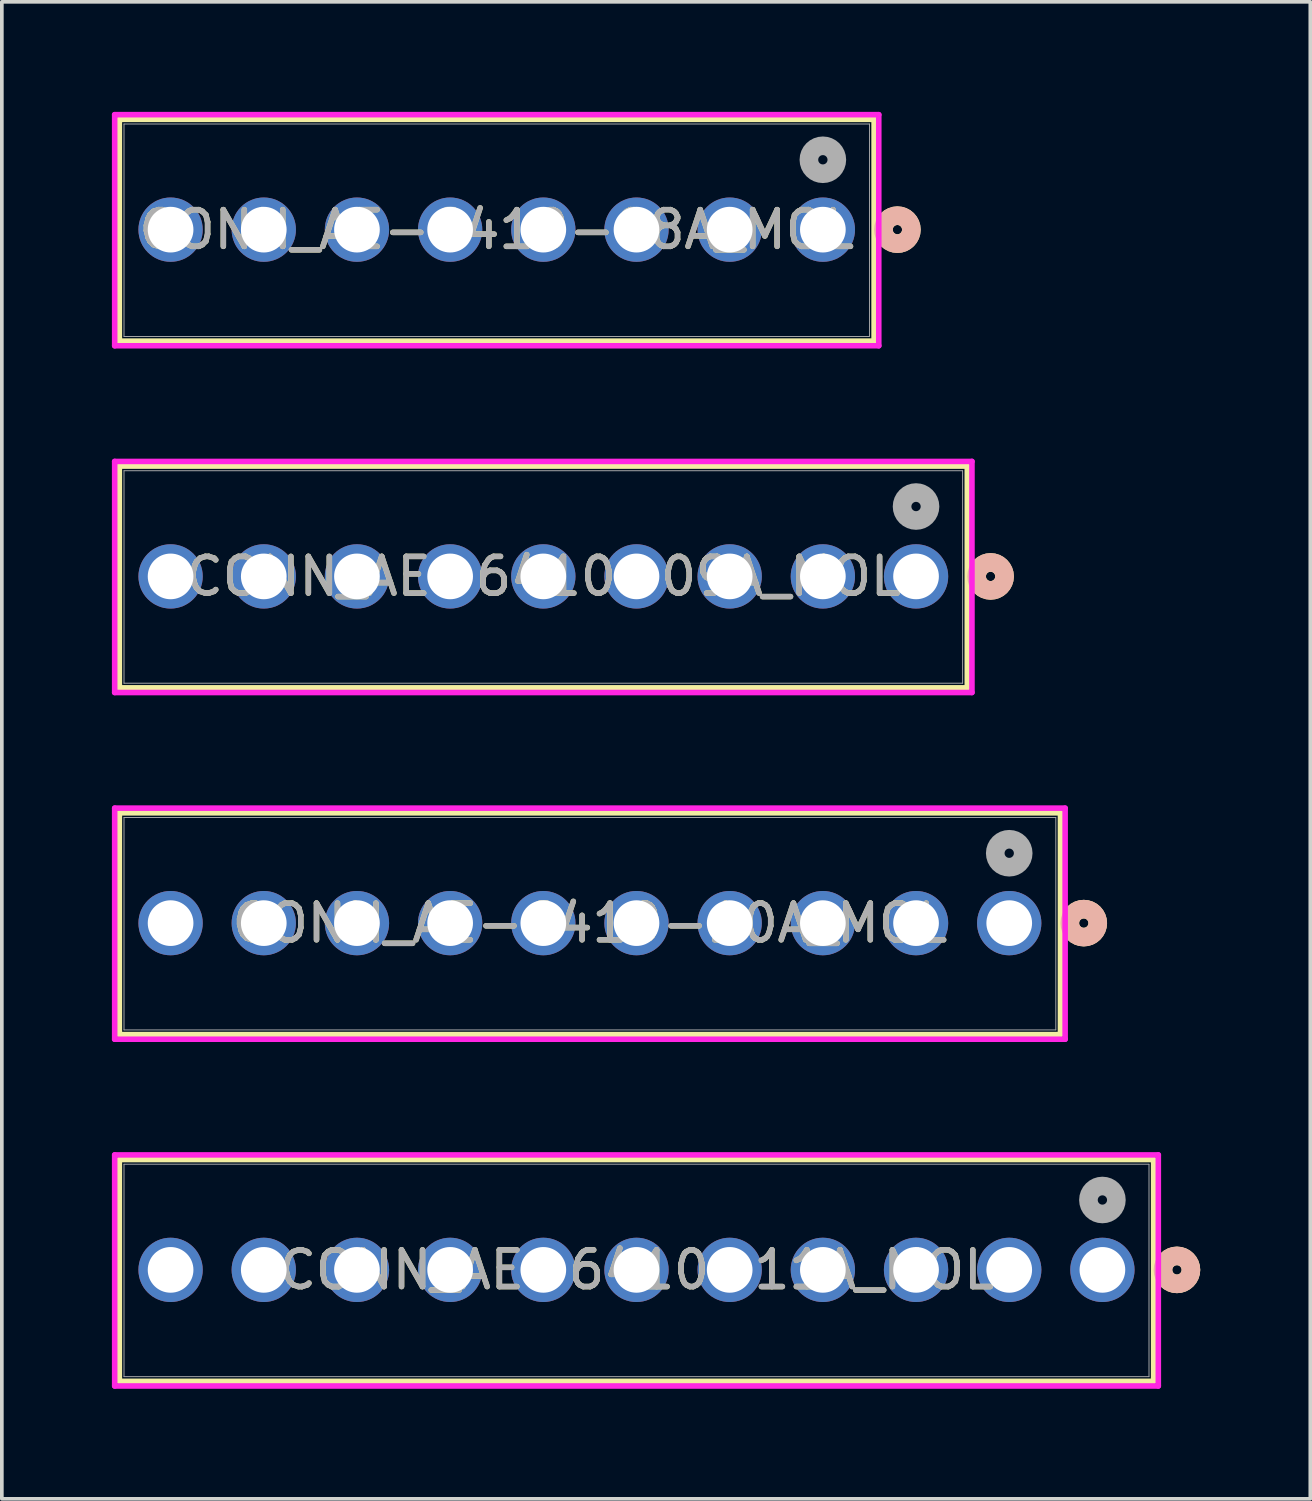
<source format=kicad_pcb>
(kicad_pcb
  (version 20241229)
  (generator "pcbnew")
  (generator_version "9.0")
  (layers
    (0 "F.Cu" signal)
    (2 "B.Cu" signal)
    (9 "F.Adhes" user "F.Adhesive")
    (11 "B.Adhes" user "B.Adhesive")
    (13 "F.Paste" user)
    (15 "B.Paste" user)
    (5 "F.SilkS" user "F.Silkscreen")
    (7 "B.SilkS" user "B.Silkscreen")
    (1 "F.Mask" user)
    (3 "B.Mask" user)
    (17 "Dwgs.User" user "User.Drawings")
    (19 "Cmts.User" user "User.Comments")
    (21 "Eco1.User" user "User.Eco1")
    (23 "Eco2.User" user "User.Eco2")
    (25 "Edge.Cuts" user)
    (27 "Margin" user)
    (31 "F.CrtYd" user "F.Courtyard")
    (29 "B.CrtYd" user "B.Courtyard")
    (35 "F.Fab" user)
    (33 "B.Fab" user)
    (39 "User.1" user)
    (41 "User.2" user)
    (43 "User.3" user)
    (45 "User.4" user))
  (footprint "CONN_AE-6410-08A_MOL"
    (layer "F.Cu")
    (at 19.38 3.21)
    (property "Reference" "CONN_AE-6410-08A_MOL" (at -8.89 0 0) (unlocked yes) (layer "F.SilkS") (effects (font (size 1 1) (thickness 0.15))))
    (attr through_hole)
    (fp_line (start -19.177 -3.007) (end -19.177 3.038) (stroke (width 0.152) (type solid)) (layer "F.SilkS"))
    (fp_line (start -19.177 3.038) (end 1.397 3.038) (stroke (width 0.152) (type solid)) (layer "F.SilkS"))
    (fp_line (start 1.397 -3.007) (end -19.177 -3.007) (stroke (width 0.152) (type solid)) (layer "F.SilkS"))
    (fp_line (start 1.397 3.038) (end 1.397 -3.007) (stroke (width 0.152) (type solid)) (layer "F.SilkS"))
    (fp_circle (center 2.032 0) (end 2.413 0) (stroke (width 0.508) (type solid)) (fill no) (layer "F.SilkS"))
    (fp_circle (center 2.032 0) (end 2.413 0) (stroke (width 0.508) (type solid)) (fill no) (layer "B.SilkS"))
    (fp_line (start -19.304 -3.134) (end -19.304 3.165) (stroke (width 0.152) (type solid)) (layer "F.CrtYd"))
    (fp_line (start -19.304 3.165) (end 1.524 3.165) (stroke (width 0.152) (type solid)) (layer "F.CrtYd"))
    (fp_line (start 1.524 -3.134) (end -19.304 -3.134) (stroke (width 0.152) (type solid)) (layer "F.CrtYd"))
    (fp_line (start 1.524 3.165) (end 1.524 -3.134) (stroke (width 0.152) (type solid)) (layer "F.CrtYd"))
    (fp_line (start -19.05 -2.88) (end -19.05 2.911) (stroke (width 0.025) (type solid)) (layer "F.Fab"))
    (fp_line (start -19.05 2.911) (end 1.27 2.911) (stroke (width 0.025) (type solid)) (layer "F.Fab"))
    (fp_line (start 1.27 -2.88) (end -19.05 -2.88) (stroke (width 0.025) (type solid)) (layer "F.Fab"))
    (fp_line (start 1.27 2.911) (end 1.27 -2.88) (stroke (width 0.025) (type solid)) (layer "F.Fab"))
    (fp_circle (center 0 -1.905) (end 0.381 -1.905) (stroke (width 0.508) (type solid)) (fill no) (layer "F.Fab"))
    (fp_text user "${REFERENCE}" (at -8.89 0 0) (unlocked yes) (layer "F.Fab") (effects (font (size 1 1) (thickness 0.15))))
    (pad "1" thru_hole circle (at 0 0) (size 1.753 1.753) (drill 1.245) (layers "*.Cu" "*.Mask"))
    (pad "2" thru_hole circle (at -2.54 0) (size 1.753 1.753) (drill 1.245) (layers "*.Cu" "*.Mask"))
    (pad "3" thru_hole circle (at -5.08 0) (size 1.753 1.753) (drill 1.245) (layers "*.Cu" "*.Mask"))
    (pad "4" thru_hole circle (at -7.62 0) (size 1.753 1.753) (drill 1.245) (layers "*.Cu" "*.Mask"))
    (pad "5" thru_hole circle (at -10.16 0) (size 1.753 1.753) (drill 1.245) (layers "*.Cu" "*.Mask"))
    (pad "6" thru_hole circle (at -12.7 0) (size 1.753 1.753) (drill 1.245) (layers "*.Cu" "*.Mask"))
    (pad "7" thru_hole circle (at -15.24 0) (size 1.753 1.753) (drill 1.245) (layers "*.Cu" "*.Mask"))
    (pad "8" thru_hole circle (at -17.78 0) (size 1.753 1.753) (drill 1.245) (layers "*.Cu" "*.Mask")))
  (footprint "CONN_AE-6410-11A_MOL"
    (layer "F.Cu")
    (at 27 31.565)
    (property "Reference" "CONN_AE-6410-11A_MOL" (at -12.7 0 0) (unlocked yes) (layer "F.SilkS") (effects (font (size 1 1) (thickness 0.15))))
    (attr through_hole)
    (fp_line (start -26.797 -3.007) (end -26.797 3.038) (stroke (width 0.152) (type solid)) (layer "F.SilkS"))
    (fp_line (start -26.797 3.038) (end 1.397 3.038) (stroke (width 0.152) (type solid)) (layer "F.SilkS"))
    (fp_line (start 1.397 -3.007) (end -26.797 -3.007) (stroke (width 0.152) (type solid)) (layer "F.SilkS"))
    (fp_line (start 1.397 3.038) (end 1.397 -3.007) (stroke (width 0.152) (type solid)) (layer "F.SilkS"))
    (fp_circle (center 2.032 0) (end 2.413 0) (stroke (width 0.508) (type solid)) (fill no) (layer "F.SilkS"))
    (fp_circle (center 2.032 0) (end 2.413 0) (stroke (width 0.508) (type solid)) (fill no) (layer "B.SilkS"))
    (fp_line (start -26.924 -3.134) (end -26.924 3.165) (stroke (width 0.152) (type solid)) (layer "F.CrtYd"))
    (fp_line (start -26.924 3.165) (end 1.524 3.165) (stroke (width 0.152) (type solid)) (layer "F.CrtYd"))
    (fp_line (start 1.524 -3.134) (end -26.924 -3.134) (stroke (width 0.152) (type solid)) (layer "F.CrtYd"))
    (fp_line (start 1.524 3.165) (end 1.524 -3.134) (stroke (width 0.152) (type solid)) (layer "F.CrtYd"))
    (fp_line (start -26.67 -2.88) (end -26.67 2.911) (stroke (width 0.025) (type solid)) (layer "F.Fab"))
    (fp_line (start -26.67 2.911) (end 1.27 2.911) (stroke (width 0.025) (type solid)) (layer "F.Fab"))
    (fp_line (start 1.27 -2.88) (end -26.67 -2.88) (stroke (width 0.025) (type solid)) (layer "F.Fab"))
    (fp_line (start 1.27 2.911) (end 1.27 -2.88) (stroke (width 0.025) (type solid)) (layer "F.Fab"))
    (fp_circle (center 0 -1.905) (end 0.381 -1.905) (stroke (width 0.508) (type solid)) (fill no) (layer "F.Fab"))
    (fp_text user "${REFERENCE}" (at -12.7 0 0) (unlocked yes) (layer "F.Fab") (effects (font (size 1 1) (thickness 0.15))))
    (pad "1" thru_hole circle (at 0 0) (size 1.753 1.753) (drill 1.245) (layers "*.Cu" "*.Mask"))
    (pad "2" thru_hole circle (at -2.54 0) (size 1.753 1.753) (drill 1.245) (layers "*.Cu" "*.Mask"))
    (pad "3" thru_hole circle (at -5.08 0) (size 1.753 1.753) (drill 1.245) (layers "*.Cu" "*.Mask"))
    (pad "4" thru_hole circle (at -7.62 0) (size 1.753 1.753) (drill 1.245) (layers "*.Cu" "*.Mask"))
    (pad "5" thru_hole circle (at -10.16 0) (size 1.753 1.753) (drill 1.245) (layers "*.Cu" "*.Mask"))
    (pad "6" thru_hole circle (at -12.7 0) (size 1.753 1.753) (drill 1.245) (layers "*.Cu" "*.Mask"))
    (pad "7" thru_hole circle (at -15.24 0) (size 1.753 1.753) (drill 1.245) (layers "*.Cu" "*.Mask"))
    (pad "8" thru_hole circle (at -17.78 0) (size 1.753 1.753) (drill 1.245) (layers "*.Cu" "*.Mask"))
    (pad "9" thru_hole circle (at -20.32 0) (size 1.753 1.753) (drill 1.245) (layers "*.Cu" "*.Mask"))
    (pad "10" thru_hole circle (at -22.86 0) (size 1.753 1.753) (drill 1.245) (layers "*.Cu" "*.Mask"))
    (pad "11" thru_hole circle (at -25.4 0) (size 1.753 1.753) (drill 1.245) (layers "*.Cu" "*.Mask")))
  (footprint "CONN_AE-6410-10A_MOL"
    (layer "F.Cu")
    (at 24.46 22.113)
    (property "Reference" "CONN_AE-6410-10A_MOL" (at -11.43 0 0) (unlocked yes) (layer "F.SilkS") (effects (font (size 1 1) (thickness 0.15))))
    (attr through_hole)
    (fp_line (start -24.257 -3.007) (end -24.257 3.038) (stroke (width 0.152) (type solid)) (layer "F.SilkS"))
    (fp_line (start -24.257 3.038) (end 1.397 3.038) (stroke (width 0.152) (type solid)) (layer "F.SilkS"))
    (fp_line (start 1.397 -3.007) (end -24.257 -3.007) (stroke (width 0.152) (type solid)) (layer "F.SilkS"))
    (fp_line (start 1.397 3.038) (end 1.397 -3.007) (stroke (width 0.152) (type solid)) (layer "F.SilkS"))
    (fp_circle (center 2.032 0) (end 2.413 0) (stroke (width 0.508) (type solid)) (fill no) (layer "F.SilkS"))
    (fp_circle (center 2.032 0) (end 2.413 0) (stroke (width 0.508) (type solid)) (fill no) (layer "B.SilkS"))
    (fp_line (start -24.384 -3.134) (end -24.384 3.165) (stroke (width 0.152) (type solid)) (layer "F.CrtYd"))
    (fp_line (start -24.384 3.165) (end 1.524 3.165) (stroke (width 0.152) (type solid)) (layer "F.CrtYd"))
    (fp_line (start 1.524 -3.134) (end -24.384 -3.134) (stroke (width 0.152) (type solid)) (layer "F.CrtYd"))
    (fp_line (start 1.524 3.165) (end 1.524 -3.134) (stroke (width 0.152) (type solid)) (layer "F.CrtYd"))
    (fp_line (start -24.13 -2.88) (end -24.13 2.911) (stroke (width 0.025) (type solid)) (layer "F.Fab"))
    (fp_line (start -24.13 2.911) (end 1.27 2.911) (stroke (width 0.025) (type solid)) (layer "F.Fab"))
    (fp_line (start 1.27 -2.88) (end -24.13 -2.88) (stroke (width 0.025) (type solid)) (layer "F.Fab"))
    (fp_line (start 1.27 2.911) (end 1.27 -2.88) (stroke (width 0.025) (type solid)) (layer "F.Fab"))
    (fp_circle (center 0 -1.905) (end 0.381 -1.905) (stroke (width 0.508) (type solid)) (fill no) (layer "F.Fab"))
    (fp_text user "${REFERENCE}" (at -11.43 0 0) (unlocked yes) (layer "F.Fab") (effects (font (size 1 1) (thickness 0.15))))
    (pad "1" thru_hole circle (at 0 0) (size 1.753 1.753) (drill 1.245) (layers "*.Cu" "*.Mask"))
    (pad "2" thru_hole circle (at -2.54 0) (size 1.753 1.753) (drill 1.245) (layers "*.Cu" "*.Mask"))
    (pad "3" thru_hole circle (at -5.08 0) (size 1.753 1.753) (drill 1.245) (layers "*.Cu" "*.Mask"))
    (pad "4" thru_hole circle (at -7.62 0) (size 1.753 1.753) (drill 1.245) (layers "*.Cu" "*.Mask"))
    (pad "5" thru_hole circle (at -10.16 0) (size 1.753 1.753) (drill 1.245) (layers "*.Cu" "*.Mask"))
    (pad "6" thru_hole circle (at -12.7 0) (size 1.753 1.753) (drill 1.245) (layers "*.Cu" "*.Mask"))
    (pad "7" thru_hole circle (at -15.24 0) (size 1.753 1.753) (drill 1.245) (layers "*.Cu" "*.Mask"))
    (pad "8" thru_hole circle (at -17.78 0) (size 1.753 1.753) (drill 1.245) (layers "*.Cu" "*.Mask"))
    (pad "9" thru_hole circle (at -20.32 0) (size 1.753 1.753) (drill 1.245) (layers "*.Cu" "*.Mask"))
    (pad "10" thru_hole circle (at -22.86 0) (size 1.753 1.753) (drill 1.245) (layers "*.Cu" "*.Mask")))
  (footprint "CONN_AE-6410-09A_MOL"
    (layer "F.Cu")
    (at 21.92 12.662)
    (property "Reference" "CONN_AE-6410-09A_MOL" (at -10.16 0 0) (unlocked yes) (layer "F.SilkS") (effects (font (size 1 1) (thickness 0.15))))
    (attr through_hole)
    (fp_line (start -21.717 -3.007) (end -21.717 3.038) (stroke (width 0.152) (type solid)) (layer "F.SilkS"))
    (fp_line (start -21.717 3.038) (end 1.397 3.038) (stroke (width 0.152) (type solid)) (layer "F.SilkS"))
    (fp_line (start 1.397 -3.007) (end -21.717 -3.007) (stroke (width 0.152) (type solid)) (layer "F.SilkS"))
    (fp_line (start 1.397 3.038) (end 1.397 -3.007) (stroke (width 0.152) (type solid)) (layer "F.SilkS"))
    (fp_circle (center 2.032 0) (end 2.413 0) (stroke (width 0.508) (type solid)) (fill no) (layer "F.SilkS"))
    (fp_circle (center 2.032 0) (end 2.413 0) (stroke (width 0.508) (type solid)) (fill no) (layer "B.SilkS"))
    (fp_line (start -21.844 -3.134) (end -21.844 3.165) (stroke (width 0.152) (type solid)) (layer "F.CrtYd"))
    (fp_line (start -21.844 3.165) (end 1.524 3.165) (stroke (width 0.152) (type solid)) (layer "F.CrtYd"))
    (fp_line (start 1.524 -3.134) (end -21.844 -3.134) (stroke (width 0.152) (type solid)) (layer "F.CrtYd"))
    (fp_line (start 1.524 3.165) (end 1.524 -3.134) (stroke (width 0.152) (type solid)) (layer "F.CrtYd"))
    (fp_line (start -21.59 -2.88) (end -21.59 2.911) (stroke (width 0.025) (type solid)) (layer "F.Fab"))
    (fp_line (start -21.59 2.911) (end 1.27 2.911) (stroke (width 0.025) (type solid)) (layer "F.Fab"))
    (fp_line (start 1.27 -2.88) (end -21.59 -2.88) (stroke (width 0.025) (type solid)) (layer "F.Fab"))
    (fp_line (start 1.27 2.911) (end 1.27 -2.88) (stroke (width 0.025) (type solid)) (layer "F.Fab"))
    (fp_circle (center 0 -1.905) (end 0.381 -1.905) (stroke (width 0.508) (type solid)) (fill no) (layer "F.Fab"))
    (fp_text user "${REFERENCE}" (at -10.16 0 0) (unlocked yes) (layer "F.Fab") (effects (font (size 1 1) (thickness 0.15))))
    (pad "1" thru_hole circle (at 0 0) (size 1.753 1.753) (drill 1.245) (layers "*.Cu" "*.Mask"))
    (pad "2" thru_hole circle (at -2.54 0) (size 1.753 1.753) (drill 1.245) (layers "*.Cu" "*.Mask"))
    (pad "3" thru_hole circle (at -5.08 0) (size 1.753 1.753) (drill 1.245) (layers "*.Cu" "*.Mask"))
    (pad "4" thru_hole circle (at -7.62 0) (size 1.753 1.753) (drill 1.245) (layers "*.Cu" "*.Mask"))
    (pad "5" thru_hole circle (at -10.16 0) (size 1.753 1.753) (drill 1.245) (layers "*.Cu" "*.Mask"))
    (pad "6" thru_hole circle (at -12.7 0) (size 1.753 1.753) (drill 1.245) (layers "*.Cu" "*.Mask"))
    (pad "7" thru_hole circle (at -15.24 0) (size 1.753 1.753) (drill 1.245) (layers "*.Cu" "*.Mask"))
    (pad "8" thru_hole circle (at -17.78 0) (size 1.753 1.753) (drill 1.245) (layers "*.Cu" "*.Mask"))
    (pad "9" thru_hole circle (at -20.32 0) (size 1.753 1.753) (drill 1.245) (layers "*.Cu" "*.Mask")))
  (gr_rect
    (start -3 -3)
    (end 32.667 37.806)
    (stroke (width 0.1) (type default))
    (fill no)
    (layer "Edge.Cuts")))
</source>
